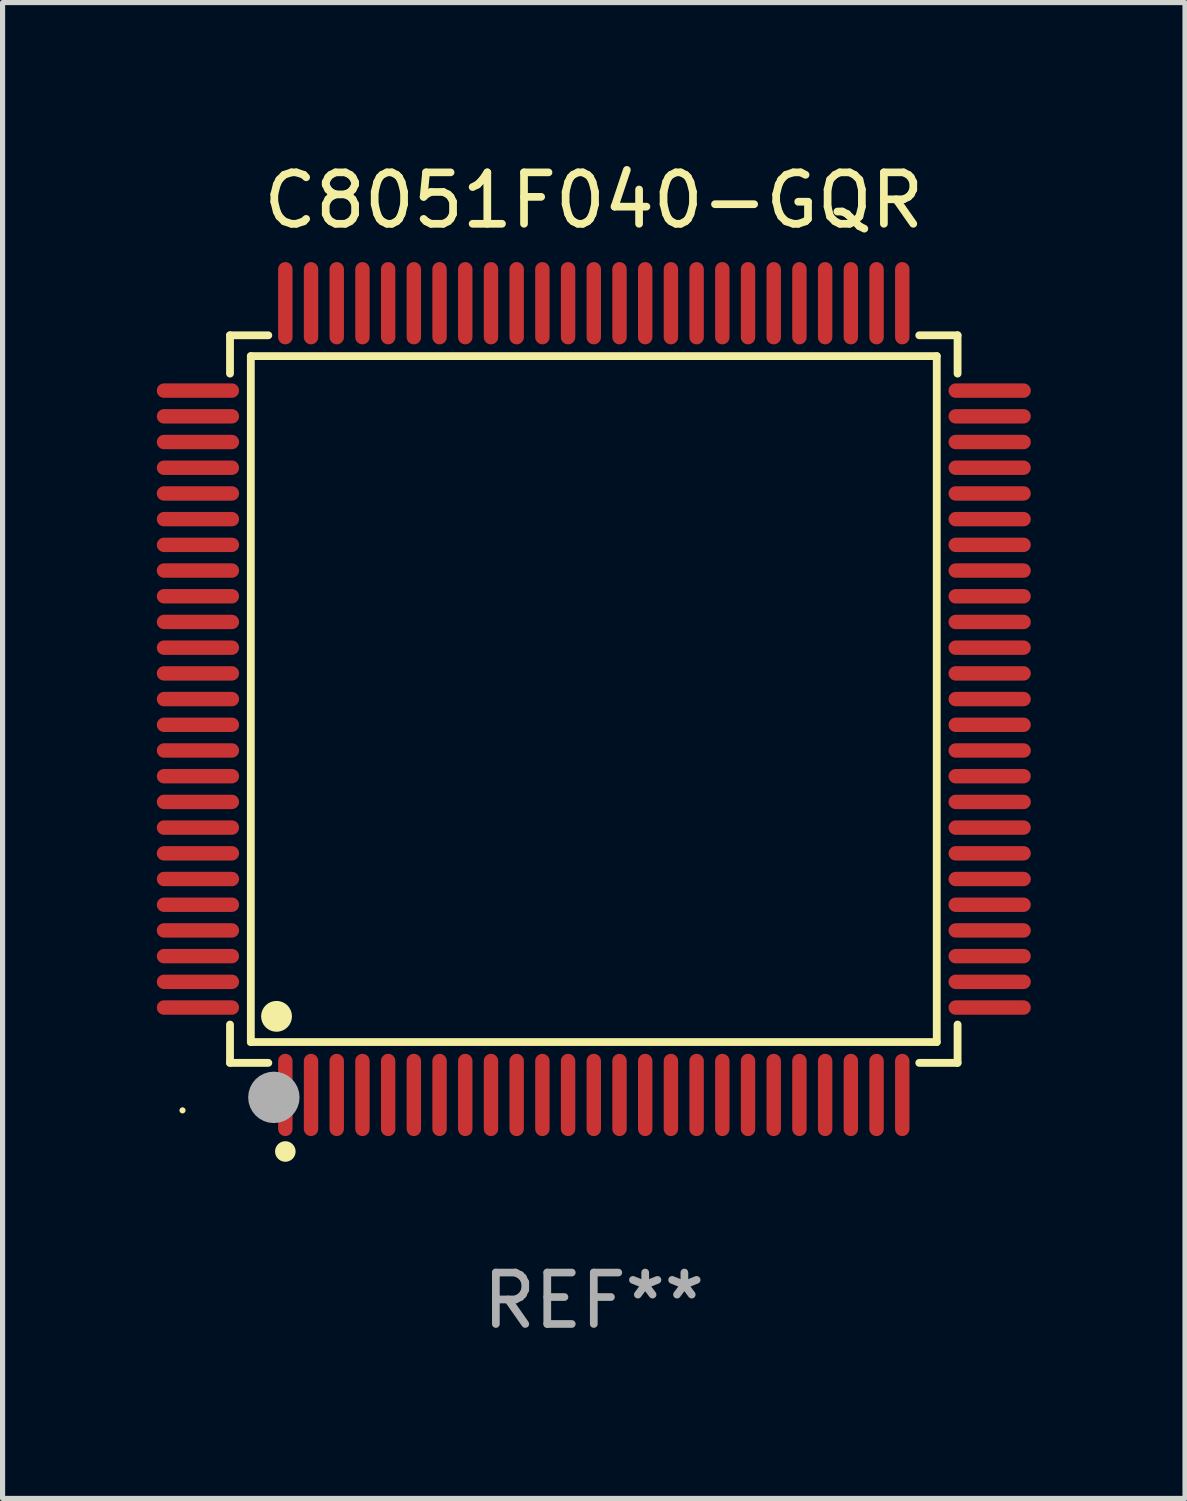
<source format=kicad_pcb>
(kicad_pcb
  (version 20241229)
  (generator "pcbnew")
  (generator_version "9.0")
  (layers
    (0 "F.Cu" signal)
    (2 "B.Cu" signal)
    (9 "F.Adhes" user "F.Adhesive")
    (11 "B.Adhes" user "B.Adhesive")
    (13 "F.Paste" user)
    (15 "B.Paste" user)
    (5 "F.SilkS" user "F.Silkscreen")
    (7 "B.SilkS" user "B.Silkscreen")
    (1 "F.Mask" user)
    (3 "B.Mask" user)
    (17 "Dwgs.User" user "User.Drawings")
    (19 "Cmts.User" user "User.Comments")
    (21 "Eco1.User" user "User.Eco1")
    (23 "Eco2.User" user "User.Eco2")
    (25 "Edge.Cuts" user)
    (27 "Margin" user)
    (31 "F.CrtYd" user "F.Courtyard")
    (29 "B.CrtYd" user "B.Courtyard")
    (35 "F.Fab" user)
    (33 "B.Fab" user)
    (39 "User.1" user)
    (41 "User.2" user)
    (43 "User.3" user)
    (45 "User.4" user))
  (footprint "C8051F040-GQR"
    (layer "F.Cu")
    (at 8.5 10.548)
    (property "Reference" "C8051F040-GQR" (at 0 -9.7 0) (layer "F.SilkS") (effects (font (size 1 1) (thickness 0.15))))
    (attr through_hole)
    (fp_line (start -7.076 -7.076) (end -6.331 -7.076) (stroke (width 0.152) (type solid)) (layer "F.SilkS"))
    (fp_line (start -7.076 -6.331) (end -7.076 -7.076) (stroke (width 0.152) (type solid)) (layer "F.SilkS"))
    (fp_line (start -7.076 6.331) (end -7.076 7.076) (stroke (width 0.152) (type solid)) (layer "F.SilkS"))
    (fp_line (start -7.076 7.076) (end -6.331 7.076) (stroke (width 0.152) (type solid)) (layer "F.SilkS"))
    (fp_line (start -6.671 -6.671) (end 6.671 -6.671) (stroke (width 0.152) (type solid)) (layer "F.SilkS"))
    (fp_line (start -6.671 6.671) (end -6.671 -6.671) (stroke (width 0.152) (type solid)) (layer "F.SilkS"))
    (fp_line (start 6.671 -6.671) (end 6.671 6.671) (stroke (width 0.152) (type solid)) (layer "F.SilkS"))
    (fp_line (start 6.671 6.671) (end -6.671 6.671) (stroke (width 0.152) (type solid)) (layer "F.SilkS"))
    (fp_line (start 7.076 -7.076) (end 6.331 -7.076) (stroke (width 0.152) (type solid)) (layer "F.SilkS"))
    (fp_line (start 7.076 -6.331) (end 7.076 -7.076) (stroke (width 0.152) (type solid)) (layer "F.SilkS"))
    (fp_line (start 7.076 6.331) (end 7.076 7.076) (stroke (width 0.152) (type solid)) (layer "F.SilkS"))
    (fp_line (start 7.076 7.076) (end 6.331 7.076) (stroke (width 0.152) (type solid)) (layer "F.SilkS"))
    (fp_circle (center -8 8) (end -7.97 8) (stroke (width 0.06) (type solid)) (fill no) (layer "F.SilkS"))
    (fp_circle (center -6.171 6.171) (end -6.021 6.171) (stroke (width 0.3) (type solid)) (fill no) (layer "F.SilkS"))
    (fp_circle (center -6 8.8) (end -5.9 8.8) (stroke (width 0.2) (type solid)) (fill no) (layer "F.SilkS"))
    (fp_circle (center -6.223 7.747) (end -5.973 7.747) (stroke (width 0.5) (type solid)) (fill no) (layer "F.Fab"))
    (fp_text user "REF**" (at 0 11.7 0) (layer "F.Fab") (effects (font (size 1 1) (thickness 0.15))))
    (pad "1" smd oval (at -6 7.7) (size 0.28 1.6) (layers "F.Cu" "F.Mask" "F.Paste"))
    (pad "2" smd oval (at -5.5 7.7) (size 0.28 1.6) (layers "F.Cu" "F.Mask" "F.Paste"))
    (pad "3" smd oval (at -5 7.7) (size 0.28 1.6) (layers "F.Cu" "F.Mask" "F.Paste"))
    (pad "4" smd oval (at -4.5 7.7) (size 0.28 1.6) (layers "F.Cu" "F.Mask" "F.Paste"))
    (pad "5" smd oval (at -4 7.7) (size 0.28 1.6) (layers "F.Cu" "F.Mask" "F.Paste"))
    (pad "6" smd oval (at -3.5 7.7) (size 0.28 1.6) (layers "F.Cu" "F.Mask" "F.Paste"))
    (pad "7" smd oval (at -3 7.7) (size 0.28 1.6) (layers "F.Cu" "F.Mask" "F.Paste"))
    (pad "8" smd oval (at -2.5 7.7) (size 0.28 1.6) (layers "F.Cu" "F.Mask" "F.Paste"))
    (pad "9" smd oval (at -2 7.7) (size 0.28 1.6) (layers "F.Cu" "F.Mask" "F.Paste"))
    (pad "10" smd oval (at -1.5 7.7) (size 0.28 1.6) (layers "F.Cu" "F.Mask" "F.Paste"))
    (pad "11" smd oval (at -1 7.7) (size 0.28 1.6) (layers "F.Cu" "F.Mask" "F.Paste"))
    (pad "12" smd oval (at -0.5 7.7) (size 0.28 1.6) (layers "F.Cu" "F.Mask" "F.Paste"))
    (pad "13" smd oval (at 0 7.7) (size 0.28 1.6) (layers "F.Cu" "F.Mask" "F.Paste"))
    (pad "14" smd oval (at 0.5 7.7) (size 0.28 1.6) (layers "F.Cu" "F.Mask" "F.Paste"))
    (pad "15" smd oval (at 1 7.7) (size 0.28 1.6) (layers "F.Cu" "F.Mask" "F.Paste"))
    (pad "16" smd oval (at 1.5 7.7) (size 0.28 1.6) (layers "F.Cu" "F.Mask" "F.Paste"))
    (pad "17" smd oval (at 2 7.7) (size 0.28 1.6) (layers "F.Cu" "F.Mask" "F.Paste"))
    (pad "18" smd oval (at 2.5 7.7) (size 0.28 1.6) (layers "F.Cu" "F.Mask" "F.Paste"))
    (pad "19" smd oval (at 3 7.7) (size 0.28 1.6) (layers "F.Cu" "F.Mask" "F.Paste"))
    (pad "20" smd oval (at 3.5 7.7) (size 0.28 1.6) (layers "F.Cu" "F.Mask" "F.Paste"))
    (pad "21" smd oval (at 4 7.7) (size 0.28 1.6) (layers "F.Cu" "F.Mask" "F.Paste"))
    (pad "22" smd oval (at 4.5 7.7) (size 0.28 1.6) (layers "F.Cu" "F.Mask" "F.Paste"))
    (pad "23" smd oval (at 5 7.7) (size 0.28 1.6) (layers "F.Cu" "F.Mask" "F.Paste"))
    (pad "24" smd oval (at 5.5 7.7) (size 0.28 1.6) (layers "F.Cu" "F.Mask" "F.Paste"))
    (pad "25" smd oval (at 6 7.7) (size 0.28 1.6) (layers "F.Cu" "F.Mask" "F.Paste"))
    (pad "26" smd oval (at 7.7 6) (size 1.6 0.28) (layers "F.Cu" "F.Mask" "F.Paste"))
    (pad "27" smd oval (at 7.7 5.5) (size 1.6 0.28) (layers "F.Cu" "F.Mask" "F.Paste"))
    (pad "28" smd oval (at 7.7 5) (size 1.6 0.28) (layers "F.Cu" "F.Mask" "F.Paste"))
    (pad "29" smd oval (at 7.7 4.5) (size 1.6 0.28) (layers "F.Cu" "F.Mask" "F.Paste"))
    (pad "30" smd oval (at 7.7 4) (size 1.6 0.28) (layers "F.Cu" "F.Mask" "F.Paste"))
    (pad "31" smd oval (at 7.7 3.5) (size 1.6 0.28) (layers "F.Cu" "F.Mask" "F.Paste"))
    (pad "32" smd oval (at 7.7 3) (size 1.6 0.28) (layers "F.Cu" "F.Mask" "F.Paste"))
    (pad "33" smd oval (at 7.7 2.5) (size 1.6 0.28) (layers "F.Cu" "F.Mask" "F.Paste"))
    (pad "34" smd oval (at 7.7 2) (size 1.6 0.28) (layers "F.Cu" "F.Mask" "F.Paste"))
    (pad "35" smd oval (at 7.7 1.5) (size 1.6 0.28) (layers "F.Cu" "F.Mask" "F.Paste"))
    (pad "36" smd oval (at 7.7 1) (size 1.6 0.28) (layers "F.Cu" "F.Mask" "F.Paste"))
    (pad "37" smd oval (at 7.7 0.5) (size 1.6 0.28) (layers "F.Cu" "F.Mask" "F.Paste"))
    (pad "38" smd oval (at 7.7 0) (size 1.6 0.28) (layers "F.Cu" "F.Mask" "F.Paste"))
    (pad "39" smd oval (at 7.7 -0.5) (size 1.6 0.28) (layers "F.Cu" "F.Mask" "F.Paste"))
    (pad "40" smd oval (at 7.7 -1) (size 1.6 0.28) (layers "F.Cu" "F.Mask" "F.Paste"))
    (pad "41" smd oval (at 7.7 -1.5) (size 1.6 0.28) (layers "F.Cu" "F.Mask" "F.Paste"))
    (pad "42" smd oval (at 7.7 -2) (size 1.6 0.28) (layers "F.Cu" "F.Mask" "F.Paste"))
    (pad "43" smd oval (at 7.7 -2.5) (size 1.6 0.28) (layers "F.Cu" "F.Mask" "F.Paste"))
    (pad "44" smd oval (at 7.7 -3) (size 1.6 0.28) (layers "F.Cu" "F.Mask" "F.Paste"))
    (pad "45" smd oval (at 7.7 -3.5) (size 1.6 0.28) (layers "F.Cu" "F.Mask" "F.Paste"))
    (pad "46" smd oval (at 7.7 -4) (size 1.6 0.28) (layers "F.Cu" "F.Mask" "F.Paste"))
    (pad "47" smd oval (at 7.7 -4.5) (size 1.6 0.28) (layers "F.Cu" "F.Mask" "F.Paste"))
    (pad "48" smd oval (at 7.7 -5) (size 1.6 0.28) (layers "F.Cu" "F.Mask" "F.Paste"))
    (pad "49" smd oval (at 7.7 -5.5) (size 1.6 0.28) (layers "F.Cu" "F.Mask" "F.Paste"))
    (pad "50" smd oval (at 7.7 -6) (size 1.6 0.28) (layers "F.Cu" "F.Mask" "F.Paste"))
    (pad "51" smd oval (at 6 -7.7) (size 0.28 1.6) (layers "F.Cu" "F.Mask" "F.Paste"))
    (pad "52" smd oval (at 5.5 -7.7) (size 0.28 1.6) (layers "F.Cu" "F.Mask" "F.Paste"))
    (pad "53" smd oval (at 5 -7.7) (size 0.28 1.6) (layers "F.Cu" "F.Mask" "F.Paste"))
    (pad "54" smd oval (at 4.5 -7.7) (size 0.28 1.6) (layers "F.Cu" "F.Mask" "F.Paste"))
    (pad "55" smd oval (at 4 -7.7) (size 0.28 1.6) (layers "F.Cu" "F.Mask" "F.Paste"))
    (pad "56" smd oval (at 3.5 -7.7) (size 0.28 1.6) (layers "F.Cu" "F.Mask" "F.Paste"))
    (pad "57" smd oval (at 3 -7.7) (size 0.28 1.6) (layers "F.Cu" "F.Mask" "F.Paste"))
    (pad "58" smd oval (at 2.5 -7.7) (size 0.28 1.6) (layers "F.Cu" "F.Mask" "F.Paste"))
    (pad "59" smd oval (at 2 -7.7) (size 0.28 1.6) (layers "F.Cu" "F.Mask" "F.Paste"))
    (pad "60" smd oval (at 1.5 -7.7) (size 0.28 1.6) (layers "F.Cu" "F.Mask" "F.Paste"))
    (pad "61" smd oval (at 1 -7.7) (size 0.28 1.6) (layers "F.Cu" "F.Mask" "F.Paste"))
    (pad "62" smd oval (at 0.5 -7.7) (size 0.28 1.6) (layers "F.Cu" "F.Mask" "F.Paste"))
    (pad "63" smd oval (at 0 -7.7) (size 0.28 1.6) (layers "F.Cu" "F.Mask" "F.Paste"))
    (pad "64" smd oval (at -0.5 -7.7) (size 0.28 1.6) (layers "F.Cu" "F.Mask" "F.Paste"))
    (pad "65" smd oval (at -1 -7.7) (size 0.28 1.6) (layers "F.Cu" "F.Mask" "F.Paste"))
    (pad "66" smd oval (at -1.5 -7.7) (size 0.28 1.6) (layers "F.Cu" "F.Mask" "F.Paste"))
    (pad "67" smd oval (at -2 -7.7) (size 0.28 1.6) (layers "F.Cu" "F.Mask" "F.Paste"))
    (pad "68" smd oval (at -2.5 -7.7) (size 0.28 1.6) (layers "F.Cu" "F.Mask" "F.Paste"))
    (pad "69" smd oval (at -3 -7.7) (size 0.28 1.6) (layers "F.Cu" "F.Mask" "F.Paste"))
    (pad "70" smd oval (at -3.5 -7.7) (size 0.28 1.6) (layers "F.Cu" "F.Mask" "F.Paste"))
    (pad "71" smd oval (at -4 -7.7) (size 0.28 1.6) (layers "F.Cu" "F.Mask" "F.Paste"))
    (pad "72" smd oval (at -4.5 -7.7) (size 0.28 1.6) (layers "F.Cu" "F.Mask" "F.Paste"))
    (pad "73" smd oval (at -5 -7.7) (size 0.28 1.6) (layers "F.Cu" "F.Mask" "F.Paste"))
    (pad "74" smd oval (at -5.5 -7.7) (size 0.28 1.6) (layers "F.Cu" "F.Mask" "F.Paste"))
    (pad "75" smd oval (at -6 -7.7) (size 0.28 1.6) (layers "F.Cu" "F.Mask" "F.Paste"))
    (pad "76" smd oval (at -7.7 -6) (size 1.6 0.28) (layers "F.Cu" "F.Mask" "F.Paste"))
    (pad "77" smd oval (at -7.7 -5.5) (size 1.6 0.28) (layers "F.Cu" "F.Mask" "F.Paste"))
    (pad "78" smd oval (at -7.7 -5) (size 1.6 0.28) (layers "F.Cu" "F.Mask" "F.Paste"))
    (pad "79" smd oval (at -7.7 -4.5) (size 1.6 0.28) (layers "F.Cu" "F.Mask" "F.Paste"))
    (pad "80" smd oval (at -7.7 -4) (size 1.6 0.28) (layers "F.Cu" "F.Mask" "F.Paste"))
    (pad "81" smd oval (at -7.7 -3.5) (size 1.6 0.28) (layers "F.Cu" "F.Mask" "F.Paste"))
    (pad "82" smd oval (at -7.7 -3) (size 1.6 0.28) (layers "F.Cu" "F.Mask" "F.Paste"))
    (pad "83" smd oval (at -7.7 -2.5) (size 1.6 0.28) (layers "F.Cu" "F.Mask" "F.Paste"))
    (pad "84" smd oval (at -7.7 -2) (size 1.6 0.28) (layers "F.Cu" "F.Mask" "F.Paste"))
    (pad "85" smd oval (at -7.7 -1.5) (size 1.6 0.28) (layers "F.Cu" "F.Mask" "F.Paste"))
    (pad "86" smd oval (at -7.7 -1) (size 1.6 0.28) (layers "F.Cu" "F.Mask" "F.Paste"))
    (pad "87" smd oval (at -7.7 -0.5) (size 1.6 0.28) (layers "F.Cu" "F.Mask" "F.Paste"))
    (pad "88" smd oval (at -7.7 0) (size 1.6 0.28) (layers "F.Cu" "F.Mask" "F.Paste"))
    (pad "89" smd oval (at -7.7 0.5) (size 1.6 0.28) (layers "F.Cu" "F.Mask" "F.Paste"))
    (pad "90" smd oval (at -7.7 1) (size 1.6 0.28) (layers "F.Cu" "F.Mask" "F.Paste"))
    (pad "91" smd oval (at -7.7 1.5) (size 1.6 0.28) (layers "F.Cu" "F.Mask" "F.Paste"))
    (pad "92" smd oval (at -7.7 2) (size 1.6 0.28) (layers "F.Cu" "F.Mask" "F.Paste"))
    (pad "93" smd oval (at -7.7 2.5) (size 1.6 0.28) (layers "F.Cu" "F.Mask" "F.Paste"))
    (pad "94" smd oval (at -7.7 3) (size 1.6 0.28) (layers "F.Cu" "F.Mask" "F.Paste"))
    (pad "95" smd oval (at -7.7 3.5) (size 1.6 0.28) (layers "F.Cu" "F.Mask" "F.Paste"))
    (pad "96" smd oval (at -7.7 4) (size 1.6 0.28) (layers "F.Cu" "F.Mask" "F.Paste"))
    (pad "97" smd oval (at -7.7 4.5) (size 1.6 0.28) (layers "F.Cu" "F.Mask" "F.Paste"))
    (pad "98" smd oval (at -7.7 5) (size 1.6 0.28) (layers "F.Cu" "F.Mask" "F.Paste"))
    (pad "99" smd oval (at -7.7 5.5) (size 1.6 0.28) (layers "F.Cu" "F.Mask" "F.Paste"))
    (pad "100" smd oval (at -7.7 6) (size 1.6 0.28) (layers "F.Cu" "F.Mask" "F.Paste")))
  (gr_rect
    (start -3 -3)
    (end 20 26.097)
    (stroke (width 0.1) (type default))
    (fill no)
    (layer "Edge.Cuts")))
</source>
